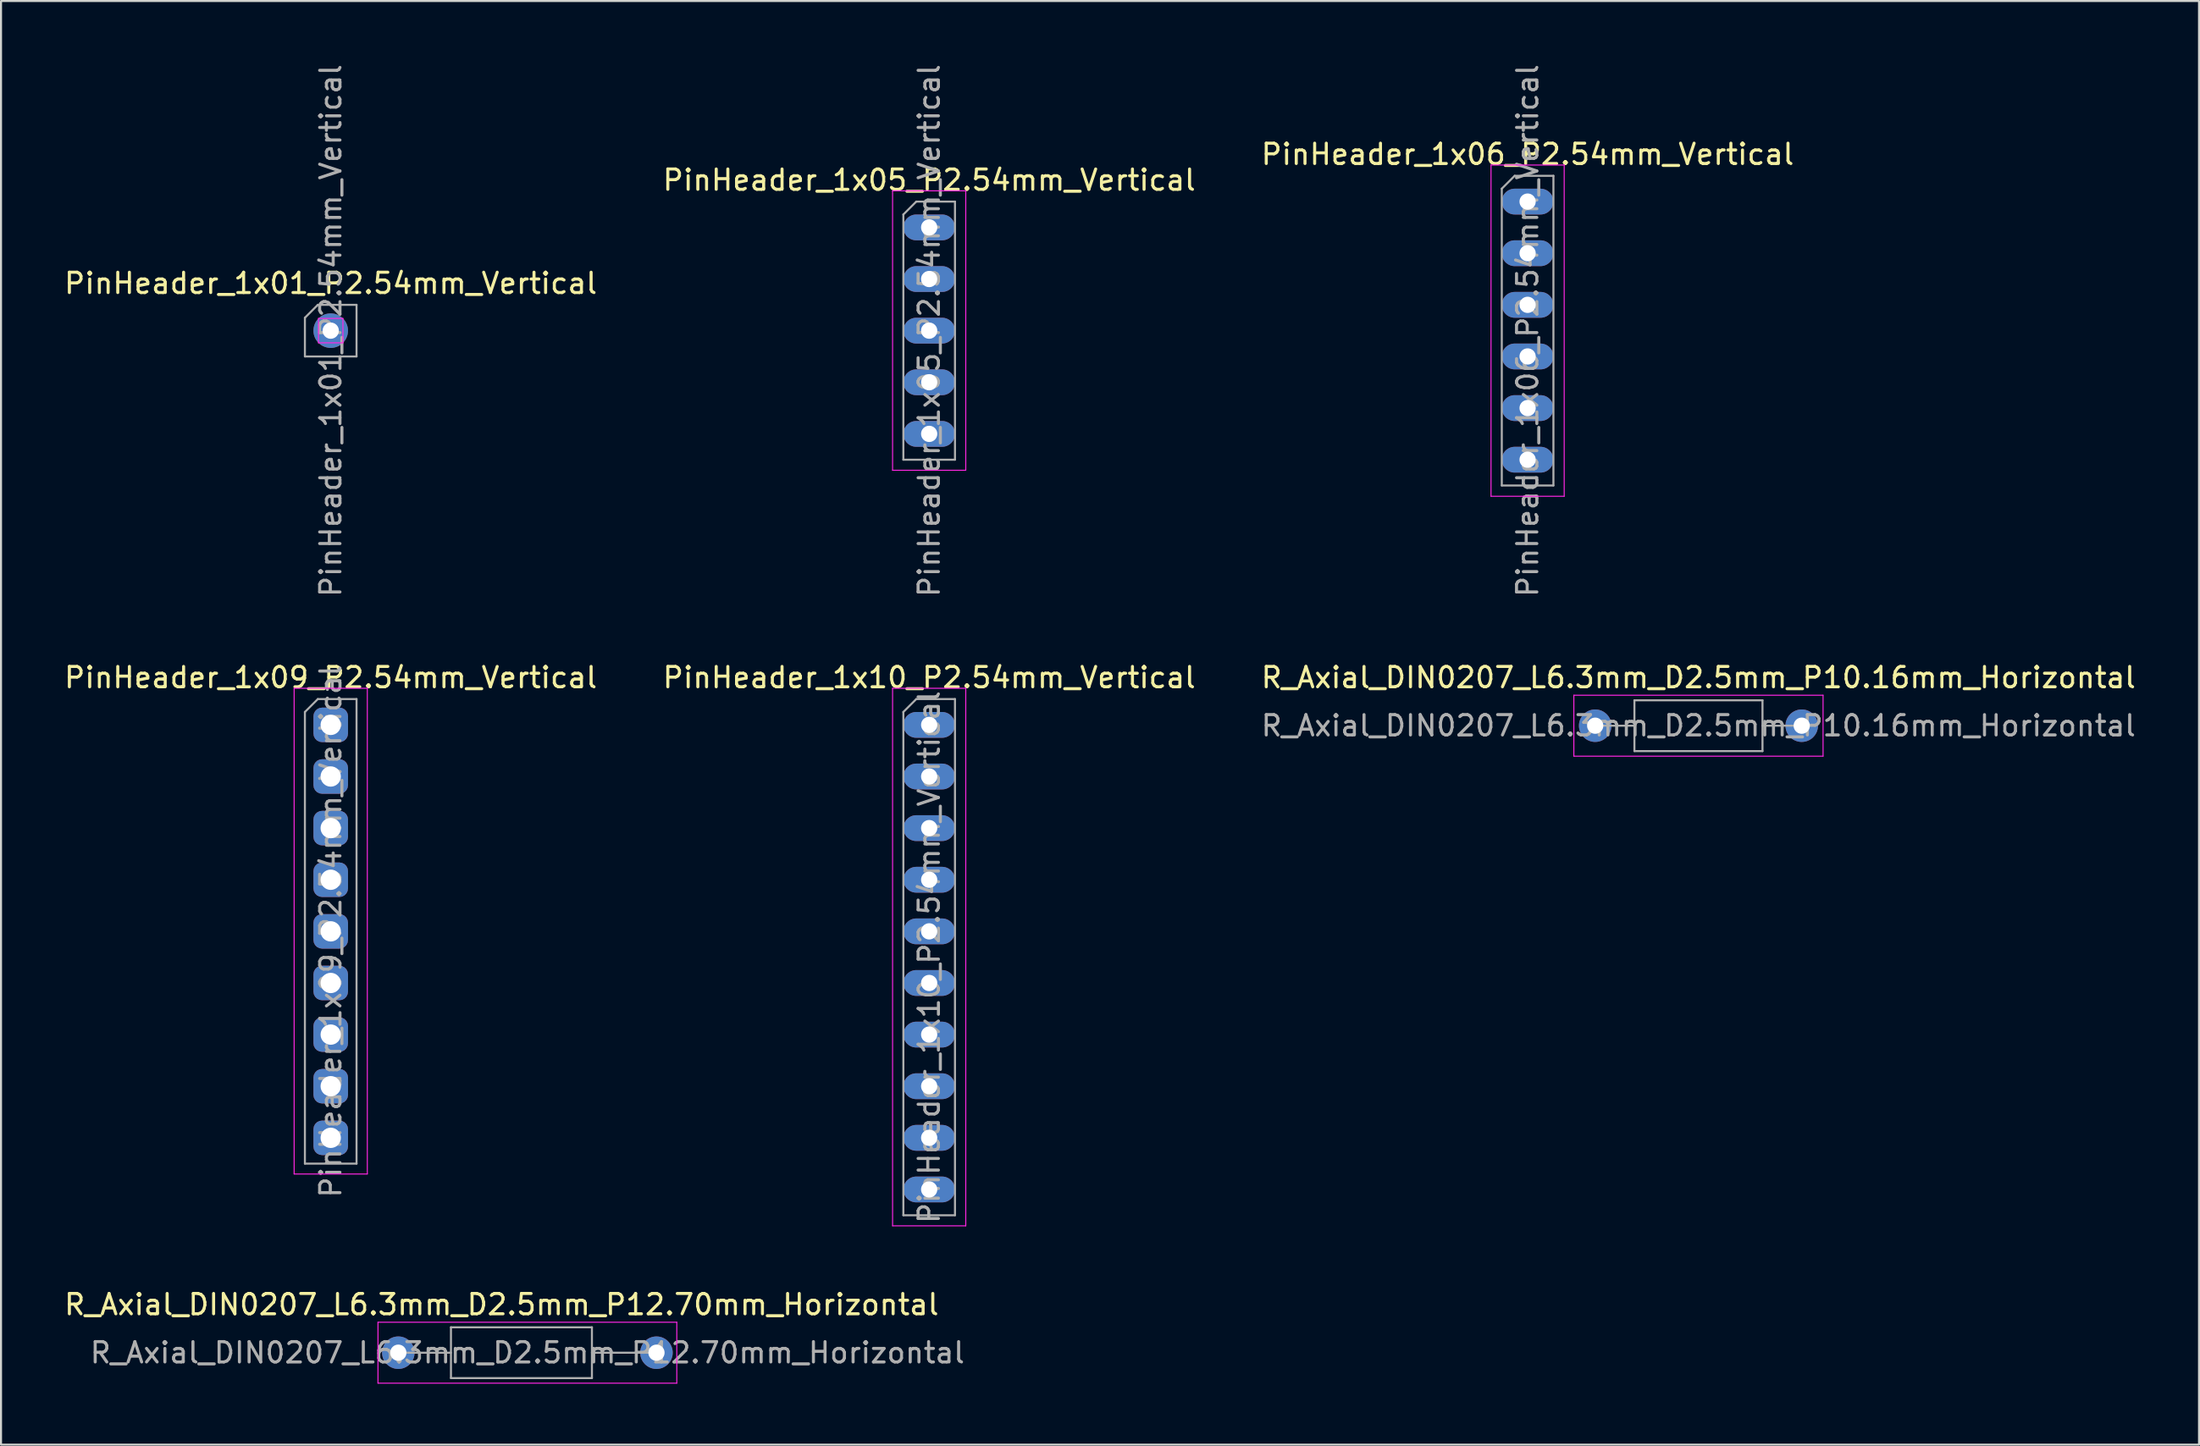
<source format=kicad_pcb>
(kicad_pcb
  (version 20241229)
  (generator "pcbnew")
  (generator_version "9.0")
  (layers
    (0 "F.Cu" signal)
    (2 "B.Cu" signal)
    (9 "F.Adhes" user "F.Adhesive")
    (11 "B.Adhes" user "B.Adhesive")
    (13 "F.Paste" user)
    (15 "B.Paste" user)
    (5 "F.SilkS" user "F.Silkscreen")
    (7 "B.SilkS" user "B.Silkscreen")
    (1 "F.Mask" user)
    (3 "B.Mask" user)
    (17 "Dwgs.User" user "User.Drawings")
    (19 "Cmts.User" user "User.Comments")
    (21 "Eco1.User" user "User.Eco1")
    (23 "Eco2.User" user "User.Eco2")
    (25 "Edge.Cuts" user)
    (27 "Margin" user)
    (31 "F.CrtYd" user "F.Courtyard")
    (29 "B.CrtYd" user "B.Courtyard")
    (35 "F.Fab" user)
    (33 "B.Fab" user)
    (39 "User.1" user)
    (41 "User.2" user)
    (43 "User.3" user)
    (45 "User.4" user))
  (footprint "PinHeader_1x09_P2.54mm_Vertical"
    (layer "F.Cu")
    (at 13.22 32.619)
    (property "Reference" "PinHeader_1x09_P2.54mm_Vertical" (at 0 -2.33 0) (layer "F.SilkS") (effects (font (size 1 1) (thickness 0.15))))
    (attr through_hole)
    (fp_line (start -1.8 -1.8) (end -1.8 22.1) (stroke (width 0.05) (type solid)) (layer "F.CrtYd"))
    (fp_line (start -1.8 22.1) (end 1.8 22.1) (stroke (width 0.05) (type solid)) (layer "F.CrtYd"))
    (fp_line (start 1.8 -1.8) (end -1.8 -1.8) (stroke (width 0.05) (type solid)) (layer "F.CrtYd"))
    (fp_line (start 1.8 22.1) (end 1.8 -1.8) (stroke (width 0.05) (type solid)) (layer "F.CrtYd"))
    (fp_line (start -1.27 -0.635) (end -0.635 -1.27) (stroke (width 0.1) (type solid)) (layer "F.Fab"))
    (fp_line (start -1.27 21.59) (end -1.27 -0.635) (stroke (width 0.1) (type solid)) (layer "F.Fab"))
    (fp_line (start -0.635 -1.27) (end 1.27 -1.27) (stroke (width 0.1) (type solid)) (layer "F.Fab"))
    (fp_line (start 1.27 -1.27) (end 1.27 21.59) (stroke (width 0.1) (type solid)) (layer "F.Fab"))
    (fp_line (start 1.27 21.59) (end -1.27 21.59) (stroke (width 0.1) (type solid)) (layer "F.Fab"))
    (fp_text user "${REFERENCE}" (at 0 10.16 90) (layer "F.Fab") (effects (font (size 1 1) (thickness 0.15))))
    (pad "1" thru_hole roundrect (at 0 0) (size 1.7 1.7) (drill 1) (layers "*.Cu" "*.Mask") (roundrect_rratio 0.25))
    (pad "2" thru_hole roundrect (at 0 2.54) (size 1.7 1.7) (drill 1) (layers "*.Cu" "*.Mask") (roundrect_rratio 0.25))
    (pad "3" thru_hole roundrect (at 0 5.08) (size 1.7 1.7) (drill 1) (layers "*.Cu" "*.Mask") (roundrect_rratio 0.25))
    (pad "4" thru_hole roundrect (at 0 7.62) (size 1.7 1.7) (drill 1) (layers "*.Cu" "*.Mask") (roundrect_rratio 0.25))
    (pad "5" thru_hole roundrect (at 0 10.16) (size 1.7 1.7) (drill 1) (layers "*.Cu" "*.Mask") (roundrect_rratio 0.25))
    (pad "6" thru_hole roundrect (at 0 12.7) (size 1.7 1.7) (drill 1) (layers "*.Cu" "*.Mask") (roundrect_rratio 0.25))
    (pad "7" thru_hole roundrect (at 0 15.24) (size 1.7 1.7) (drill 1) (layers "*.Cu" "*.Mask") (roundrect_rratio 0.25))
    (pad "8" thru_hole roundrect (at 0 17.78) (size 1.7 1.7) (drill 1) (layers "*.Cu" "*.Mask") (roundrect_rratio 0.25))
    (pad "9" thru_hole roundrect (at 0 20.32) (size 1.7 1.7) (drill 1) (layers "*.Cu" "*.Mask") (roundrect_rratio 0.25)))
  (footprint "R_Axial_DIN0207_L6.3mm_D2.5mm_P10.16mm_Horizontal"
    (layer "F.Cu")
    (at 75.426 32.659)
    (property "Reference" "R_Axial_DIN0207_L6.3mm_D2.5mm_P10.16mm_Horizontal" (at 5.08 -2.37 0) (layer "F.SilkS") (effects (font (size 1 1) (thickness 0.15))))
    (attr through_hole)
    (fp_line (start -1.05 -1.5) (end -1.05 1.5) (stroke (width 0.05) (type solid)) (layer "F.CrtYd"))
    (fp_line (start -1.05 1.5) (end 11.21 1.5) (stroke (width 0.05) (type solid)) (layer "F.CrtYd"))
    (fp_line (start 11.21 -1.5) (end -1.05 -1.5) (stroke (width 0.05) (type solid)) (layer "F.CrtYd"))
    (fp_line (start 11.21 1.5) (end 11.21 -1.5) (stroke (width 0.05) (type solid)) (layer "F.CrtYd"))
    (fp_line (start 0 0) (end 1.93 0) (stroke (width 0.1) (type solid)) (layer "F.Fab"))
    (fp_line (start 1.93 -1.25) (end 1.93 1.25) (stroke (width 0.1) (type solid)) (layer "F.Fab"))
    (fp_line (start 1.93 1.25) (end 8.23 1.25) (stroke (width 0.1) (type solid)) (layer "F.Fab"))
    (fp_line (start 8.23 -1.25) (end 1.93 -1.25) (stroke (width 0.1) (type solid)) (layer "F.Fab"))
    (fp_line (start 8.23 1.25) (end 8.23 -1.25) (stroke (width 0.1) (type solid)) (layer "F.Fab"))
    (fp_line (start 10.16 0) (end 8.23 0) (stroke (width 0.1) (type solid)) (layer "F.Fab"))
    (fp_text user "${REFERENCE}" (at 5.08 0 0) (layer "F.Fab") (effects (font (size 1 1) (thickness 0.15))))
    (pad "1" thru_hole circle (at 0 0) (size 1.6 1.6) (drill 0.8) (layers "*.Cu" "*.Mask"))
    (pad "2" thru_hole oval (at 10.16 0) (size 1.6 1.6) (drill 0.8) (layers "*.Cu" "*.Mask")))
  (footprint "PinHeader_1x06_P2.54mm_Vertical"
    (layer "F.Cu")
    (at 72.101 6.87)
    (property "Reference" "PinHeader_1x06_P2.54mm_Vertical" (at 0 -2.33 0) (layer "F.SilkS") (effects (font (size 1 1) (thickness 0.15))))
    (attr through_hole)
    (fp_line (start -1.8 -1.8) (end -1.8 14.5) (stroke (width 0.05) (type solid)) (layer "F.CrtYd"))
    (fp_line (start -1.8 14.5) (end 1.8 14.5) (stroke (width 0.05) (type solid)) (layer "F.CrtYd"))
    (fp_line (start 1.8 -1.8) (end -1.8 -1.8) (stroke (width 0.05) (type solid)) (layer "F.CrtYd"))
    (fp_line (start 1.8 14.5) (end 1.8 -1.8) (stroke (width 0.05) (type solid)) (layer "F.CrtYd"))
    (fp_line (start -1.27 -0.635) (end -0.635 -1.27) (stroke (width 0.1) (type solid)) (layer "F.Fab"))
    (fp_line (start -1.27 13.97) (end -1.27 -0.635) (stroke (width 0.1) (type solid)) (layer "F.Fab"))
    (fp_line (start -0.635 -1.27) (end 1.27 -1.27) (stroke (width 0.1) (type solid)) (layer "F.Fab"))
    (fp_line (start 1.27 -1.27) (end 1.27 13.97) (stroke (width 0.1) (type solid)) (layer "F.Fab"))
    (fp_line (start 1.27 13.97) (end -1.27 13.97) (stroke (width 0.1) (type solid)) (layer "F.Fab"))
    (fp_text user "${REFERENCE}" (at 0 6.35 270) (layer "F.Fab") (effects (font (size 1 1) (thickness 0.15))))
    (pad "1" thru_hole oval (at 0 0) (size 2.54 1.27) (drill 0.8) (layers "*.Cu" "*.Mask"))
    (pad "2" thru_hole oval (at 0 2.54) (size 2.54 1.27) (drill 0.8) (layers "*.Cu" "*.Mask"))
    (pad "3" thru_hole oval (at 0 5.08) (size 2.54 1.27) (drill 0.8) (layers "*.Cu" "*.Mask"))
    (pad "4" thru_hole oval (at 0 7.62) (size 2.54 1.27) (drill 0.8) (layers "*.Cu" "*.Mask"))
    (pad "5" thru_hole oval (at 0 10.16) (size 2.54 1.27) (drill 0.8) (layers "*.Cu" "*.Mask"))
    (pad "6" thru_hole oval (at 0 12.7) (size 2.54 1.27) (drill 0.8) (layers "*.Cu" "*.Mask")))
  (footprint "PinHeader_1x10_P2.54mm_Vertical"
    (layer "F.Cu")
    (at 42.661 32.619)
    (property "Reference" "PinHeader_1x10_P2.54mm_Vertical" (at 0 -2.33 0) (layer "F.SilkS") (effects (font (size 1 1) (thickness 0.15))))
    (attr through_hole)
    (fp_line (start -1.8 -1.8) (end -1.8 24.65) (stroke (width 0.05) (type solid)) (layer "F.CrtYd"))
    (fp_line (start -1.8 24.65) (end 1.8 24.65) (stroke (width 0.05) (type solid)) (layer "F.CrtYd"))
    (fp_line (start 1.8 -1.8) (end -1.8 -1.8) (stroke (width 0.05) (type solid)) (layer "F.CrtYd"))
    (fp_line (start 1.8 24.65) (end 1.8 -1.8) (stroke (width 0.05) (type solid)) (layer "F.CrtYd"))
    (fp_line (start -1.27 -0.635) (end -0.635 -1.27) (stroke (width 0.1) (type solid)) (layer "F.Fab"))
    (fp_line (start -1.27 24.13) (end -1.27 -0.635) (stroke (width 0.1) (type solid)) (layer "F.Fab"))
    (fp_line (start -0.635 -1.27) (end 1.27 -1.27) (stroke (width 0.1) (type solid)) (layer "F.Fab"))
    (fp_line (start 1.27 -1.27) (end 1.27 24.13) (stroke (width 0.1) (type solid)) (layer "F.Fab"))
    (fp_line (start 1.27 24.13) (end -1.27 24.13) (stroke (width 0.1) (type solid)) (layer "F.Fab"))
    (fp_text user "${REFERENCE}" (at 0 11.43 270) (layer "F.Fab") (effects (font (size 1 1) (thickness 0.15))))
    (pad "1" thru_hole oval (at 0 0) (size 2.54 1.27) (drill 0.8) (layers "*.Cu" "*.Mask"))
    (pad "2" thru_hole oval (at 0 2.54) (size 2.54 1.27) (drill 0.8) (layers "*.Cu" "*.Mask"))
    (pad "3" thru_hole oval (at 0 5.08) (size 2.54 1.27) (drill 0.8) (layers "*.Cu" "*.Mask"))
    (pad "4" thru_hole oval (at 0 7.62) (size 2.54 1.27) (drill 0.8) (layers "*.Cu" "*.Mask"))
    (pad "5" thru_hole oval (at 0 10.16) (size 2.54 1.27) (drill 0.8) (layers "*.Cu" "*.Mask"))
    (pad "6" thru_hole oval (at 0 12.7) (size 2.54 1.27) (drill 0.8) (layers "*.Cu" "*.Mask"))
    (pad "7" thru_hole oval (at 0 15.24) (size 2.54 1.27) (drill 0.8) (layers "*.Cu" "*.Mask"))
    (pad "8" thru_hole oval (at 0 17.78) (size 2.54 1.27) (drill 0.8) (layers "*.Cu" "*.Mask"))
    (pad "9" thru_hole oval (at 0 20.32) (size 2.54 1.27) (drill 0.8) (layers "*.Cu" "*.Mask"))
    (pad "10" thru_hole oval (at 0 22.86) (size 2.54 1.27) (drill 0.8) (layers "*.Cu" "*.Mask")))
  (footprint "PinHeader_1x01_P2.54mm_Vertical"
    (layer "F.Cu")
    (at 13.22 13.22)
    (property "Reference" "PinHeader_1x01_P2.54mm_Vertical" (at 0 -2.33 0) (layer "F.SilkS") (effects (font (size 1 1) (thickness 0.15))))
    (attr through_hole exclude_from_pos_files exclude_from_bom)
    (fp_line (start -0.6 -0.6) (end -0.6 0.6) (stroke (width 0.05) (type solid)) (layer "F.CrtYd"))
    (fp_line (start -0.6 0.6) (end 0.6 0.6) (stroke (width 0.05) (type solid)) (layer "F.CrtYd"))
    (fp_line (start 0.6 -0.6) (end -0.6 -0.6) (stroke (width 0.05) (type solid)) (layer "F.CrtYd"))
    (fp_line (start 0.6 0.6) (end 0.6 -0.6) (stroke (width 0.05) (type solid)) (layer "F.CrtYd"))
    (fp_line (start -1.27 -0.635) (end -0.635 -1.27) (stroke (width 0.1) (type solid)) (layer "F.Fab"))
    (fp_line (start -1.27 1.27) (end -1.27 -0.635) (stroke (width 0.1) (type solid)) (layer "F.Fab"))
    (fp_line (start -0.635 -1.27) (end 1.27 -1.27) (stroke (width 0.1) (type solid)) (layer "F.Fab"))
    (fp_line (start 1.27 -1.27) (end 1.27 1.27) (stroke (width 0.1) (type solid)) (layer "F.Fab"))
    (fp_line (start 1.27 1.27) (end -1.27 1.27) (stroke (width 0.1) (type solid)) (layer "F.Fab"))
    (fp_text user "${REFERENCE}" (at 0 0 90) (layer "F.Fab") (effects (font (size 1 1) (thickness 0.15))))
    (pad "1" thru_hole circle (at 0 0) (size 1.7 1.7) (drill 0.8) (layers "*.Cu" "*.Mask")))
  (footprint "PinHeader_1x05_P2.54mm_Vertical"
    (layer "F.Cu")
    (at 42.661 8.14)
    (property "Reference" "PinHeader_1x05_P2.54mm_Vertical" (at 0 -2.33 0) (layer "F.SilkS") (effects (font (size 1 1) (thickness 0.15))))
    (attr through_hole)
    (fp_line (start -1.8 -1.8) (end -1.8 11.95) (stroke (width 0.05) (type solid)) (layer "F.CrtYd"))
    (fp_line (start -1.8 11.95) (end 1.8 11.95) (stroke (width 0.05) (type solid)) (layer "F.CrtYd"))
    (fp_line (start 1.8 -1.8) (end -1.8 -1.8) (stroke (width 0.05) (type solid)) (layer "F.CrtYd"))
    (fp_line (start 1.8 11.95) (end 1.8 -1.8) (stroke (width 0.05) (type solid)) (layer "F.CrtYd"))
    (fp_line (start -1.27 -0.635) (end -0.635 -1.27) (stroke (width 0.1) (type solid)) (layer "F.Fab"))
    (fp_line (start -1.27 11.43) (end -1.27 -0.635) (stroke (width 0.1) (type solid)) (layer "F.Fab"))
    (fp_line (start -0.635 -1.27) (end 1.27 -1.27) (stroke (width 0.1) (type solid)) (layer "F.Fab"))
    (fp_line (start 1.27 -1.27) (end 1.27 11.43) (stroke (width 0.1) (type solid)) (layer "F.Fab"))
    (fp_line (start 1.27 11.43) (end -1.27 11.43) (stroke (width 0.1) (type solid)) (layer "F.Fab"))
    (fp_text user "${REFERENCE}" (at 0 5.08 270) (layer "F.Fab") (effects (font (size 1 1) (thickness 0.15))))
    (pad "1" thru_hole oval (at 0 0) (size 2.54 1.27) (drill 0.8) (layers "*.Cu" "*.Mask"))
    (pad "2" thru_hole oval (at 0 2.54) (size 2.54 1.27) (drill 0.8) (layers "*.Cu" "*.Mask"))
    (pad "3" thru_hole oval (at 0 5.08) (size 2.54 1.27) (drill 0.8) (layers "*.Cu" "*.Mask"))
    (pad "4" thru_hole oval (at 0 7.62) (size 2.54 1.27) (drill 0.8) (layers "*.Cu" "*.Mask"))
    (pad "5" thru_hole oval (at 0 10.16) (size 2.54 1.27) (drill 0.8) (layers "*.Cu" "*.Mask")))
  (footprint "R_Axial_DIN0207_L6.3mm_D2.5mm_P12.70mm_Horizontal"
    (layer "F.Cu")
    (at 16.545 63.512)
    (property "Reference" "R_Axial_DIN0207_L6.3mm_D2.5mm_P12.70mm_Horizontal" (at 5.08 -2.37 180) (layer "F.SilkS") (effects (font (size 1 1) (thickness 0.15))))
    (attr through_hole)
    (fp_line (start -1 -1.5) (end -1 1.5) (stroke (width 0.05) (type solid)) (layer "F.CrtYd"))
    (fp_line (start -1 1.5) (end 13.7 1.5) (stroke (width 0.05) (type solid)) (layer "F.CrtYd"))
    (fp_line (start 13.7 -1.5) (end -1 -1.5) (stroke (width 0.05) (type solid)) (layer "F.CrtYd"))
    (fp_line (start 13.7 1.5) (end 13.7 -1.5) (stroke (width 0.05) (type solid)) (layer "F.CrtYd"))
    (fp_line (start 0 0) (end 2.59 0) (stroke (width 0.1) (type solid)) (layer "F.Fab"))
    (fp_line (start 2.59 -1.25) (end 2.59 1.25) (stroke (width 0.1) (type solid)) (layer "F.Fab"))
    (fp_line (start 2.59 1.25) (end 9.525 1.25) (stroke (width 0.1) (type solid)) (layer "F.Fab"))
    (fp_line (start 9.525 -1.25) (end 2.59 -1.25) (stroke (width 0.1) (type solid)) (layer "F.Fab"))
    (fp_line (start 9.525 1.25) (end 9.525 -1.25) (stroke (width 0.1) (type solid)) (layer "F.Fab"))
    (fp_line (start 12.7 0) (end 9.525 0) (stroke (width 0.1) (type solid)) (layer "F.Fab"))
    (fp_text user "${REFERENCE}" (at 6.35 0 180) (layer "F.Fab") (effects (font (size 1 1) (thickness 0.15))))
    (pad "1" thru_hole circle (at 0 0) (size 1.6 1.6) (drill 0.8) (layers "*.Cu" "*.Mask"))
    (pad "2" thru_hole oval (at 12.7 0) (size 1.6 1.6) (drill 0.8) (layers "*.Cu" "*.Mask")))
  (gr_rect
    (start -3 -3)
    (end 105.131 68.037)
    (stroke (width 0.1) (type default))
    (fill no)
    (layer "Edge.Cuts")))
</source>
